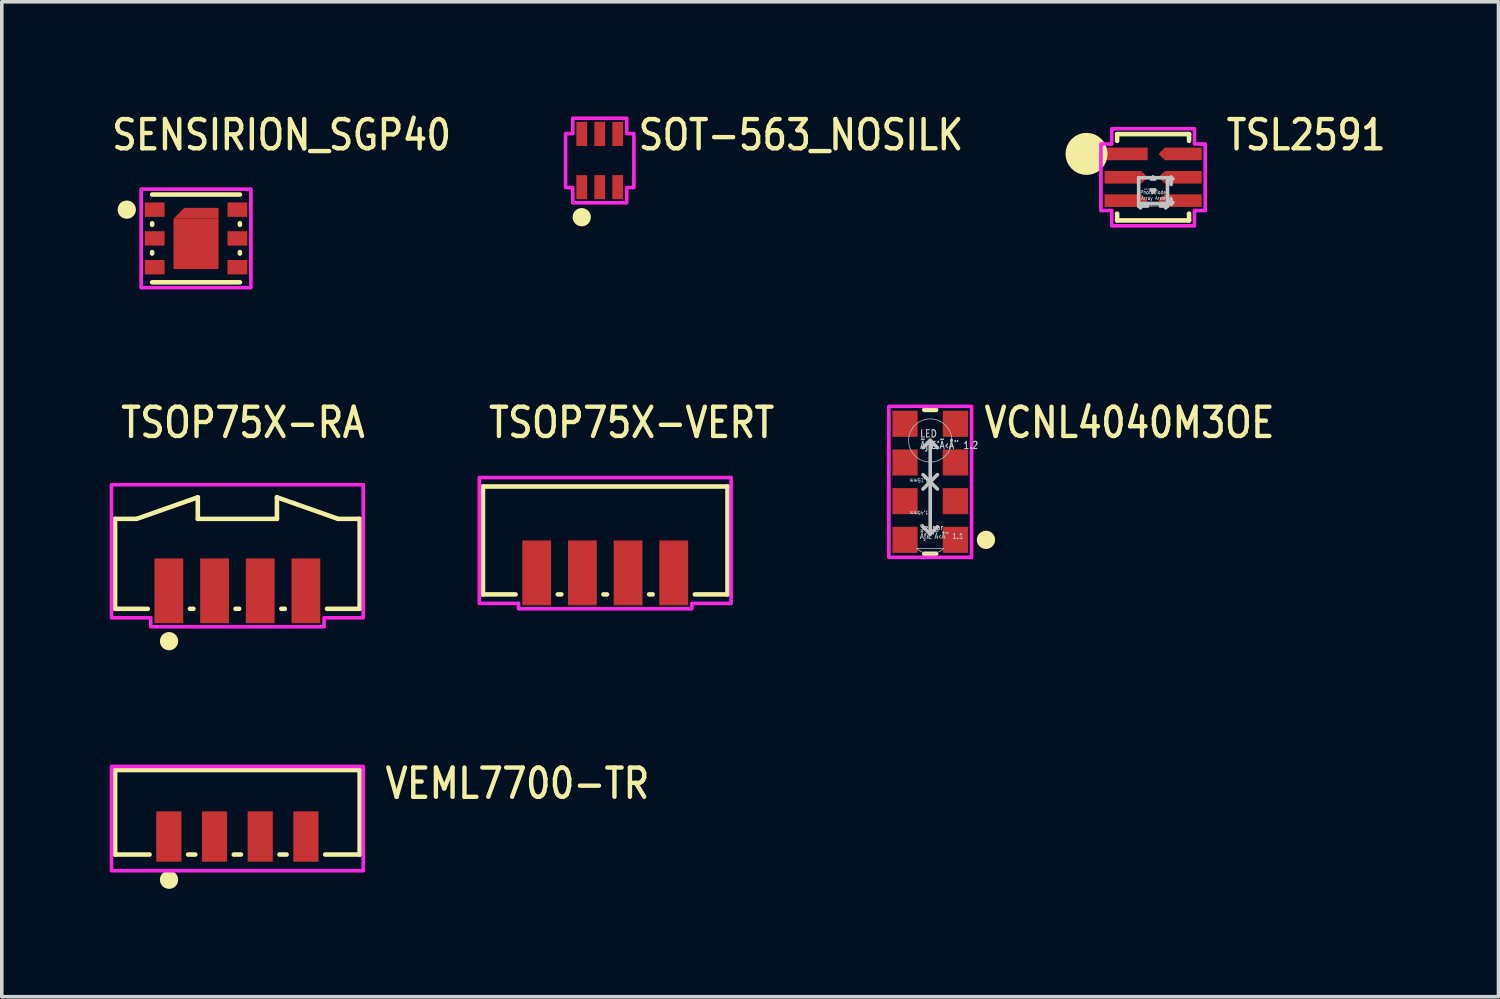
<source format=kicad_pcb>
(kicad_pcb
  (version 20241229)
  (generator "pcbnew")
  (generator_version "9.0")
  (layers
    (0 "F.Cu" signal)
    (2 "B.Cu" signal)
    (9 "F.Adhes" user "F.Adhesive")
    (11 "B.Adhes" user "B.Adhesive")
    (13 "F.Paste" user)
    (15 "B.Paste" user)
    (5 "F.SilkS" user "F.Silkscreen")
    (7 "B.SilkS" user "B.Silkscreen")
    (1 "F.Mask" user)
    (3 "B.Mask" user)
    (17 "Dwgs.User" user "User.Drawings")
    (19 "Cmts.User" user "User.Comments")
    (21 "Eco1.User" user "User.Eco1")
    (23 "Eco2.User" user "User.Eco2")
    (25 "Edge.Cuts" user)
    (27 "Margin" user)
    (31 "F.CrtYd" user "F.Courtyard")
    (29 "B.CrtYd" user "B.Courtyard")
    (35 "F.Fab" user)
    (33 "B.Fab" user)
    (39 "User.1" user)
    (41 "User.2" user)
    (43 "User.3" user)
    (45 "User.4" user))
  (footprint "VCNL4040M3OE"
    (layer "F.Cu")
    (at 22.814 10.347)
    (property "Reference" "VCNL4040M3OE" (at 1.44 -1.17 0) (unlocked yes) (layer "F.SilkS") (effects (font (size 0.813 0.695) (thickness 0.122)) (justify left bottom)))
    (fp_line (start -0.164 -2) (end 0.164 -2) (stroke (width 0.127) (type solid)) (layer "F.SilkS"))
    (fp_line (start -0.164 2) (end 0.164 2) (stroke (width 0.127) (type solid)) (layer "F.SilkS"))
    (fp_circle (center 1.55 1.613) (end 1.804 1.613) (stroke (width 0) (type solid)) (fill yes) (layer "F.SilkS"))
    (fp_line (start -0.377 1.85) (end 0.377 1.85) (stroke (width 0.02) (type solid)) (layer "Dwgs.User"))
    (fp_line (start -0.2 -0.95) (end 0 -1.15) (stroke (width 0.1) (type solid)) (layer "Dwgs.User"))
    (fp_line (start -0.2 0.2) (end 0 0) (stroke (width 0.1) (type solid)) (layer "Dwgs.User"))
    (fp_line (start 0 -1.15) (end 0.2 -0.95) (stroke (width 0.1) (type solid)) (layer "Dwgs.User"))
    (fp_line (start 0 0) (end -0.2 -0.2) (stroke (width 0.1) (type solid)) (layer "Dwgs.User"))
    (fp_line (start 0 0) (end 0 -1.15) (stroke (width 0.1) (type solid)) (layer "Dwgs.User"))
    (fp_line (start 0 0) (end 0.2 0.2) (stroke (width 0.1) (type solid)) (layer "Dwgs.User"))
    (fp_line (start 0 1.45) (end -0.2 1.25) (stroke (width 0.1) (type solid)) (layer "Dwgs.User"))
    (fp_line (start 0 1.45) (end 0 0) (stroke (width 0.1) (type solid)) (layer "Dwgs.User"))
    (fp_line (start 0.2 -0.2) (end 0 0) (stroke (width 0.1) (type solid)) (layer "Dwgs.User"))
    (fp_line (start 0.2 1.25) (end 0 1.45) (stroke (width 0.1) (type solid)) (layer "Dwgs.User"))
    (fp_arc (start 0.377491 1.85) (mid 0 2) (end -0.377491 1.85) (stroke (width 0.02) (type solid)) (layer "Dwgs.User"))
    (fp_circle (center 0 -1.15) (end 0.6 -1.15) (stroke (width 0.02) (type solid)) (fill no) (layer "Dwgs.User"))
    (fp_poly (pts (xy -1.15 -2.1) (xy 1.15 -2.1) (xy 1.15 2.1) (xy -1.15 2.1)) (stroke (width 0.1) (type solid)) (fill no) (layer "F.CrtYd"))
    (fp_text user "1.15mm " (at -0.05 -0.1 180) (unlocked yes) (layer "Dwgs.User") (effects (font (size 0.1 0.086) (thickness 0.015)) (justify left bottom)))
    (fp_text user "1.45mm " (at -0.05 0.8 180) (unlocked yes) (layer "Dwgs.User") (effects (font (size 0.1 0.086) (thickness 0.015)) (justify left bottom)))
    (fp_text user "Sensor\nÃƒÆ’Ã‹Å“ 1.1" (at -0.3 1.6 0) (unlocked yes) (layer "Dwgs.User") (effects (font (size 0.15 0.128) (thickness 0.022)) (justify left bottom)))
    (fp_text user "LED\nÃƒÆ’Ã‹Å“ 1.2" (at -0.3 -0.9 0) (unlocked yes) (layer "Dwgs.User") (effects (font (size 0.2 0.171) (thickness 0.03)) (justify left bottom)))
    (pad "1" smd rect (at 0.7 1.613) (size 0.7 0.725) (layers "F.Cu" "F.Mask" "F.Paste"))
    (pad "2" smd rect (at 0.7 0.537) (size 0.7 0.725) (layers "F.Cu" "F.Mask" "F.Paste"))
    (pad "3" smd rect (at 0.7 -0.537) (size 0.7 0.725) (layers "F.Cu" "F.Mask" "F.Paste"))
    (pad "4" smd rect (at 0.7 -1.613) (size 0.7 0.725) (layers "F.Cu" "F.Mask" "F.Paste"))
    (pad "5" smd rect (at -0.7 -1.613) (size 0.7 0.725) (layers "F.Cu" "F.Mask" "F.Paste"))
    (pad "6" smd rect (at -0.7 -0.537) (size 0.7 0.725) (layers "F.Cu" "F.Mask" "F.Paste"))
    (pad "7" smd rect (at -0.7 0.537) (size 0.7 0.725) (layers "F.Cu" "F.Mask" "F.Paste"))
    (pad "8" smd rect (at -0.7 1.613) (size 0.7 0.725) (layers "F.Cu" "F.Mask" "F.Paste")))
  (footprint "TSOP75X-VERT"
    (layer "F.Cu")
    (at 13.778 12.877)
    (property "Reference" "TSOP75X-VERT" (at -3.3 -3.7 0) (unlocked yes) (layer "F.SilkS") (effects (font (size 0.813 0.695) (thickness 0.122)) (justify left bottom)))
    (fp_line (start -3.4 -2.4) (end -3.4 0.6) (stroke (width 0.127) (type solid)) (layer "F.SilkS"))
    (fp_line (start -3.4 -2.4) (end 3.4 -2.4) (stroke (width 0.127) (type solid)) (layer "F.SilkS"))
    (fp_line (start -3.4 0.6) (end -2.491 0.6) (stroke (width 0.127) (type solid)) (layer "F.SilkS"))
    (fp_line (start -1.319 0.6) (end -1.222 0.6) (stroke (width 0.127) (type solid)) (layer "F.SilkS"))
    (fp_line (start -0.049 0.6) (end 0.049 0.6) (stroke (width 0.127) (type solid)) (layer "F.SilkS"))
    (fp_line (start 1.222 0.6) (end 1.319 0.6) (stroke (width 0.127) (type solid)) (layer "F.SilkS"))
    (fp_line (start 2.491 0.6) (end 3.4 0.6) (stroke (width 0.127) (type solid)) (layer "F.SilkS"))
    (fp_line (start 3.4 -2.4) (end 3.4 0.6) (stroke (width 0.127) (type solid)) (layer "F.SilkS"))
    (fp_poly (pts (xy -3.5 -2.65) (xy 3.5 -2.65) (xy 3.5 0.85) (xy 2.41 0.85) (xy 2.41 1) (xy -2.41 1) (xy -2.41 0.85) (xy -3.5 0.85)) (stroke (width 0.1) (type solid)) (fill no) (layer "F.CrtYd"))
    (pad "1" smd rect (at -1.905 0) (size 0.8 1.8) (layers "F.Cu" "F.Mask" "F.Paste"))
    (pad "2" smd rect (at -0.635 0) (size 0.8 1.8) (layers "F.Cu" "F.Mask" "F.Paste"))
    (pad "3" smd rect (at 0.635 0) (size 0.8 1.8) (layers "F.Cu" "F.Mask" "F.Paste"))
    (pad "4" smd rect (at 1.905 0) (size 0.8 1.8) (layers "F.Cu" "F.Mask" "F.Paste")))
  (footprint "TSL2591"
    (layer "F.Cu")
    (at 29.011 1.879)
    (property "Reference" "TSL2591" (at 1.975 -0.7 0) (unlocked yes) (layer "F.SilkS") (effects (font (size 0.813 0.695) (thickness 0.122)) (justify left bottom)))
    (fp_poly (pts (xy -0.325 0.175) (xy -0.325 -0.175) (xy -0.15 0)) (stroke (width 0) (type solid)) (fill yes) (layer "F.Cu"))
    (fp_poly (pts (xy -0.325 0.825) (xy -0.325 0.475) (xy -0.15 0.65)) (stroke (width 0) (type solid)) (fill yes) (layer "F.Cu"))
    (fp_poly (pts (xy 0.325 -0.825) (xy 0.325 -0.475) (xy 0.15 -0.65)) (stroke (width 0) (type solid)) (fill yes) (layer "F.Cu"))
    (fp_poly (pts (xy 0.325 -0.175) (xy 0.325 0.175) (xy 0.15 0)) (stroke (width 0) (type solid)) (fill yes) (layer "F.Cu"))
    (fp_poly (pts (xy 0.325 0.475) (xy 0.325 0.825) (xy 0.15 0.65)) (stroke (width 0) (type solid)) (fill yes) (layer "F.Cu"))
    (fp_poly (pts (xy -1.45 -0.275) (xy -1.45 0.275) (xy -0.3 0.275) (xy -0.05 0) (xy -0.325 -0.275)) (stroke (width 0) (type solid)) (fill yes) (layer "F.Mask"))
    (fp_poly (pts (xy -1.45 0.375) (xy -1.45 0.925) (xy -0.3 0.925) (xy -0.05 0.65) (xy -0.325 0.375)) (stroke (width 0) (type solid)) (fill yes) (layer "F.Mask"))
    (fp_poly (pts (xy 1.45 -0.375) (xy 1.45 -0.925) (xy 0.3 -0.925) (xy 0.05 -0.65) (xy 0.325 -0.375)) (stroke (width 0) (type solid)) (fill yes) (layer "F.Mask"))
    (fp_poly (pts (xy 1.45 0.275) (xy 1.45 -0.275) (xy 0.3 -0.275) (xy 0.05 0) (xy 0.325 0.275)) (stroke (width 0) (type solid)) (fill yes) (layer "F.Mask"))
    (fp_poly (pts (xy 1.45 0.925) (xy 1.45 0.375) (xy 0.3 0.375) (xy 0.05 0.65) (xy 0.325 0.925)) (stroke (width 0) (type solid)) (fill yes) (layer "F.Mask"))
    (fp_line (start -1 -1.2) (end -1 -1.012) (stroke (width 0.127) (type solid)) (layer "F.SilkS"))
    (fp_line (start -1 -1.2) (end 1 -1.2) (stroke (width 0.127) (type solid)) (layer "F.SilkS"))
    (fp_line (start -1 1.012) (end -1 1.2) (stroke (width 0.127) (type solid)) (layer "F.SilkS"))
    (fp_line (start -1 1.2) (end 1 1.2) (stroke (width 0.127) (type solid)) (layer "F.SilkS"))
    (fp_line (start 1 -1.2) (end 1 -1.012) (stroke (width 0.127) (type solid)) (layer "F.SilkS"))
    (fp_line (start 1 1.2) (end 1 1.012) (stroke (width 0.127) (type solid)) (layer "F.SilkS"))
    (fp_circle (center -1.85 -0.65) (end -1.85 -0.65) (stroke (width 0.585) (type solid)) (fill no) (layer "F.SilkS"))
    (fp_poly (pts (xy -0.325 0.175) (xy -0.325 -0.175) (xy -0.15 0)) (stroke (width 0) (type solid)) (fill yes) (layer "F.Paste"))
    (fp_poly (pts (xy -0.325 0.825) (xy -0.325 0.475) (xy -0.15 0.65)) (stroke (width 0) (type solid)) (fill yes) (layer "F.Paste"))
    (fp_poly (pts (xy 0.325 -0.825) (xy 0.325 -0.475) (xy 0.15 -0.65)) (stroke (width 0) (type solid)) (fill yes) (layer "F.Paste"))
    (fp_poly (pts (xy 0.325 -0.175) (xy 0.325 0.175) (xy 0.15 0)) (stroke (width 0) (type solid)) (fill yes) (layer "F.Paste"))
    (fp_poly (pts (xy 0.325 0.475) (xy 0.325 0.825) (xy 0.15 0.65)) (stroke (width 0) (type solid)) (fill yes) (layer "F.Paste"))
    (fp_line (start -0.401 0.012) (end 0.401 0.012) (stroke (width 0.1) (type solid)) (layer "Dwgs.User"))
    (fp_line (start -0.401 0.728) (end -0.401 0.012) (stroke (width 0.1) (type solid)) (layer "Dwgs.User"))
    (fp_line (start -0.4 0.8) (end -0.35 0.75) (stroke (width 0.1) (type solid)) (layer "Dwgs.User"))
    (fp_line (start -0.4 0.8) (end -0.35 0.85) (stroke (width 0.1) (type solid)) (layer "Dwgs.User"))
    (fp_line (start -0.4 0.8) (end -0.15 0.8) (stroke (width 0.1) (type solid)) (layer "Dwgs.User"))
    (fp_line (start 0 0) (end -0.05 0.05) (stroke (width 0.1) (type solid)) (layer "Dwgs.User"))
    (fp_line (start 0 0) (end 0 0.05) (stroke (width 0.1) (type solid)) (layer "Dwgs.User"))
    (fp_line (start 0 0) (end 0.05 0.05) (stroke (width 0.1) (type solid)) (layer "Dwgs.User"))
    (fp_line (start 0 0.35) (end 0 0.4) (stroke (width 0.1) (type solid)) (layer "Dwgs.User"))
    (fp_line (start 0 0.4) (end -0.05 0.35) (stroke (width 0.1) (type solid)) (layer "Dwgs.User"))
    (fp_line (start 0 0.4) (end 0.05 0.35) (stroke (width 0.1) (type solid)) (layer "Dwgs.User"))
    (fp_line (start 0.2 0.8) (end 0.4 0.8) (stroke (width 0.1) (type solid)) (layer "Dwgs.User"))
    (fp_line (start 0.35 0.75) (end 0.4 0.8) (stroke (width 0.1) (type solid)) (layer "Dwgs.User"))
    (fp_line (start 0.35 0.85) (end 0.4 0.8) (stroke (width 0.1) (type solid)) (layer "Dwgs.User"))
    (fp_line (start 0.401 0.012) (end 0.401 0.728) (stroke (width 0.1) (type solid)) (layer "Dwgs.User"))
    (fp_line (start 0.401 0.728) (end -0.401 0.728) (stroke (width 0.1) (type solid)) (layer "Dwgs.User"))
    (fp_line (start 0.5 0) (end 0.45 0.05) (stroke (width 0.1) (type solid)) (layer "Dwgs.User"))
    (fp_line (start 0.5 0) (end 0.5 0.2) (stroke (width 0.1) (type solid)) (layer "Dwgs.User"))
    (fp_line (start 0.5 0) (end 0.55 0.05) (stroke (width 0.1) (type solid)) (layer "Dwgs.User"))
    (fp_line (start 0.5 0.6) (end 0.5 0.75) (stroke (width 0.1) (type solid)) (layer "Dwgs.User"))
    (fp_line (start 0.5 0.75) (end 0.45 0.7) (stroke (width 0.1) (type solid)) (layer "Dwgs.User"))
    (fp_line (start 0.5 0.75) (end 0.55 0.7) (stroke (width 0.1) (type solid)) (layer "Dwgs.User"))
    (fp_poly (pts (xy -1.15 -1.35) (xy 1.15 -1.35) (xy 1.15 -0.925) (xy 1.45 -0.925) (xy 1.45 0.925) (xy 1.15 0.925) (xy 1.15 1.35) (xy -1.15 1.35) (xy -1.15 0.925) (xy -1.45 0.925) (xy -1.45 -0.925) (xy -1.15 -0.925)) (stroke (width 0.1) (type solid)) (fill no) (layer "F.CrtYd"))
    (fp_text user "Photodiode\nArray Area" (at 0 0.5 0) (unlocked yes) (layer "Dwgs.User") (effects (font (size 0.1 0.086) (thickness 0.015))))
    (fp_text user "0.802mm" (at -0.13 0.83 0) (unlocked yes) (layer "Dwgs.User") (effects (font (size 0.05 0.043) (thickness 0.007)) (justify left bottom)))
    (fp_text user "0.37mm" (at 0 0.325 180) (unlocked yes) (layer "Dwgs.User") (effects (font (size 0.05 0.043) (thickness 0.007)) (justify left)))
    (fp_text user "0.716mm" (at 0.53 0.53 180) (unlocked yes) (layer "Dwgs.User") (effects (font (size 0.05 0.043) (thickness 0.007)) (justify left bottom)))
    (pad "1" smd rect (at -0.75 -0.65) (size 1.2 0.35) (layers "F.Cu" "F.Mask" "F.Paste"))
    (pad "2" smd rect (at -0.838 0) (size 1.025 0.35) (layers "F.Cu" "F.Paste"))
    (pad "3" smd rect (at -0.838 0.65) (size 1.025 0.35) (layers "F.Cu" "F.Paste"))
    (pad "4" smd rect (at 0.838 0.65) (size 1.025 0.35) (layers "F.Cu" "F.Paste"))
    (pad "5" smd rect (at 0.838 0) (size 1.025 0.35) (layers "F.Cu" "F.Paste"))
    (pad "6" smd rect (at 0.838 -0.65) (size 1.025 0.35) (layers "F.Cu" "F.Paste")))
  (footprint "TSOP75X-RA"
    (layer "F.Cu")
    (at 3.55 13.377)
    (property "Reference" "TSOP75X-RA" (at -3.3 -4.2 0) (unlocked yes) (layer "F.SilkS") (effects (font (size 0.813 0.695) (thickness 0.122)) (justify left bottom)))
    (fp_line (start -3.4 -2) (end -3.4 0.5) (stroke (width 0.127) (type solid)) (layer "F.SilkS"))
    (fp_line (start -3.4 0.5) (end -2.491 0.5) (stroke (width 0.127) (type solid)) (layer "F.SilkS"))
    (fp_line (start -2.8 -2) (end -3.4 -2) (stroke (width 0.127) (type solid)) (layer "F.SilkS"))
    (fp_line (start -1.319 0.5) (end -1.222 0.5) (stroke (width 0.127) (type solid)) (layer "F.SilkS"))
    (fp_line (start -1.1 -2.6) (end -2.8 -2) (stroke (width 0.127) (type solid)) (layer "F.SilkS"))
    (fp_line (start -1.1 -2) (end -1.1 -2.6) (stroke (width 0.127) (type solid)) (layer "F.SilkS"))
    (fp_line (start -0.049 0.5) (end 0.049 0.5) (stroke (width 0.127) (type solid)) (layer "F.SilkS"))
    (fp_line (start 1.1 -2.6) (end 1.1 -2) (stroke (width 0.127) (type solid)) (layer "F.SilkS"))
    (fp_line (start 1.1 -2) (end -1.1 -2) (stroke (width 0.127) (type solid)) (layer "F.SilkS"))
    (fp_line (start 1.222 0.5) (end 1.319 0.5) (stroke (width 0.127) (type solid)) (layer "F.SilkS"))
    (fp_line (start 2.491 0.5) (end 3.4 0.5) (stroke (width 0.127) (type solid)) (layer "F.SilkS"))
    (fp_line (start 2.8 -2) (end 1.1 -2.6) (stroke (width 0.127) (type solid)) (layer "F.SilkS"))
    (fp_line (start 3.4 -2) (end 2.8 -2) (stroke (width 0.127) (type solid)) (layer "F.SilkS"))
    (fp_line (start 3.4 0.5) (end 3.4 -2) (stroke (width 0.127) (type solid)) (layer "F.SilkS"))
    (fp_circle (center -1.9 1.4) (end -1.646 1.4) (stroke (width 0) (type solid)) (fill yes) (layer "F.SilkS"))
    (fp_poly (pts (xy -3.5 -2.95) (xy 3.5 -2.95) (xy 3.5 0.75) (xy 2.41 0.75) (xy 2.41 1) (xy -2.41 1) (xy -2.41 0.75) (xy -3.5 0.75)) (stroke (width 0.1) (type solid)) (fill no) (layer "F.CrtYd"))
    (pad "1" smd rect (at -1.905 0) (size 0.8 1.8) (layers "F.Cu" "F.Mask" "F.Paste"))
    (pad "2" smd rect (at -0.635 0) (size 0.8 1.8) (layers "F.Cu" "F.Mask" "F.Paste"))
    (pad "3" smd rect (at 0.635 0) (size 0.8 1.8) (layers "F.Cu" "F.Mask" "F.Paste"))
    (pad "4" smd rect (at 1.905 0) (size 0.8 1.8) (layers "F.Cu" "F.Mask" "F.Paste")))
  (footprint "SOT-563_NOSILK"
    (layer "F.Cu")
    (at 13.625 1.414)
    (property "Reference" "SOT-563_NOSILK" (at 1.015 -0.235 0) (unlocked yes) (layer "F.SilkS") (effects (font (size 0.813 0.695) (thickness 0.122)) (justify left bottom)))
    (fp_circle (center -0.5 1.575) (end -0.246 1.575) (stroke (width 0) (type solid)) (fill yes) (layer "F.SilkS"))
    (fp_poly (pts (xy -0.75 -0.75) (xy -0.75 -1.175) (xy 0.75 -1.175) (xy 0.75 -0.75) (xy 0.95 -0.75) (xy 0.95 0.75) (xy 0.75 0.75) (xy 0.75 1.175) (xy -0.75 1.175) (xy -0.75 0.75) (xy -0.95 0.75) (xy -0.95 -0.75)) (stroke (width 0.1) (type solid)) (fill no) (layer "F.CrtYd"))
    (pad "1" smd rect (at -0.5 0.74) (size 0.3 0.67) (layers "F.Cu" "F.Mask" "F.Paste"))
    (pad "2" smd rect (at 0 0.74) (size 0.3 0.67) (layers "F.Cu" "F.Mask" "F.Paste"))
    (pad "3" smd rect (at 0.5 0.74) (size 0.3 0.67) (layers "F.Cu" "F.Mask" "F.Paste"))
    (pad "4" smd rect (at 0.5 -0.74) (size 0.3 0.67) (layers "F.Cu" "F.Mask" "F.Paste"))
    (pad "5" smd rect (at 0 -0.74) (size 0.3 0.67) (layers "F.Cu" "F.Mask" "F.Paste"))
    (pad "6" smd rect (at -0.5 -0.74) (size 0.3 0.67) (layers "F.Cu" "F.Mask" "F.Paste")))
  (footprint "VEML7700-TR"
    (layer "F.Cu")
    (at 3.55 20.21)
    (property "Reference" "VEML7700-TR" (at 4.05 -1 0) (unlocked yes) (layer "F.SilkS") (effects (font (size 0.813 0.695) (thickness 0.122)) (justify left bottom)))
    (fp_line (start -3.4 -1.85) (end -3.4 0.5) (stroke (width 0.127) (type solid)) (layer "F.SilkS"))
    (fp_line (start -2.442 0.5) (end -3.4 0.5) (stroke (width 0.127) (type solid)) (layer "F.SilkS"))
    (fp_line (start -1.369 0.5) (end -1.171 0.5) (stroke (width 0.127) (type solid)) (layer "F.SilkS"))
    (fp_line (start -0.099 0.5) (end 0.099 0.5) (stroke (width 0.127) (type solid)) (layer "F.SilkS"))
    (fp_line (start 1.171 0.5) (end 1.369 0.5) (stroke (width 0.127) (type solid)) (layer "F.SilkS"))
    (fp_line (start 2.442 0.5) (end 3.4 0.5) (stroke (width 0.127) (type solid)) (layer "F.SilkS"))
    (fp_line (start 3.4 -1.85) (end -3.4 -1.85) (stroke (width 0.127) (type solid)) (layer "F.SilkS"))
    (fp_line (start 3.4 0.5) (end 3.4 -1.85) (stroke (width 0.127) (type solid)) (layer "F.SilkS"))
    (fp_circle (center -1.9 1.2) (end -1.646 1.2) (stroke (width 0) (type solid)) (fill yes) (layer "F.SilkS"))
    (fp_poly (pts (xy -3.5 -1.95) (xy 3.5 -1.95) (xy 3.5 0.95) (xy -3.5 0.95)) (stroke (width 0.1) (type solid)) (fill no) (layer "F.CrtYd"))
    (pad "1" smd rect (at -1.905 0) (size 0.7 1.4) (layers "F.Cu" "F.Mask" "F.Paste"))
    (pad "2" smd rect (at -0.635 0) (size 0.7 1.4) (layers "F.Cu" "F.Mask" "F.Paste"))
    (pad "3" smd rect (at 0.635 0) (size 0.7 1.4) (layers "F.Cu" "F.Mask" "F.Paste"))
    (pad "4" smd rect (at 1.905 0) (size 0.7 1.4) (layers "F.Cu" "F.Mask" "F.Paste")))
  (footprint "SENSIRION_SGP40"
    (layer "F.Cu")
    (at 2.4 3.579)
    (property "Reference" "SENSIRION_SGP40" (at -2.4 -2.4 0) (unlocked yes) (layer "F.SilkS") (effects (font (size 0.813 0.695) (thickness 0.122)) (justify left bottom)))
    (fp_poly (pts (xy -0.625 -0.55) (xy 0.625 -0.55) (xy 0.625 -0.85) (xy -0.325 -0.85)) (stroke (width 0) (type solid)) (fill yes) (layer "F.Cu"))
    (fp_poly (pts (xy -0.725 -0.65) (xy 0.725 -0.65) (xy 0.725 -0.95) (xy -0.425 -0.95)) (stroke (width 0) (type solid)) (fill yes) (layer "F.Mask"))
    (fp_line (start -1.22 -1.22) (end 1.22 -1.22) (stroke (width 0.127) (type solid)) (layer "F.SilkS"))
    (fp_line (start -1.22 -0.42) (end -1.22 -0.38) (stroke (width 0.127) (type solid)) (layer "F.SilkS"))
    (fp_line (start -1.22 0.38) (end -1.22 0.42) (stroke (width 0.127) (type solid)) (layer "F.SilkS"))
    (fp_line (start 1.22 -0.42) (end 1.22 -0.38) (stroke (width 0.127) (type solid)) (layer "F.SilkS"))
    (fp_line (start 1.22 0.38) (end 1.22 0.42) (stroke (width 0.127) (type solid)) (layer "F.SilkS"))
    (fp_line (start 1.22 1.22) (end -1.22 1.22) (stroke (width 0.127) (type solid)) (layer "F.SilkS"))
    (fp_circle (center -1.925 -0.8) (end -1.671 -0.8) (stroke (width 0) (type solid)) (fill yes) (layer "F.SilkS"))
    (fp_circle (center 0 0) (end 0.575 0) (stroke (width 0) (type solid)) (fill yes) (layer "F.Paste"))
    (fp_poly (pts (xy -1.525 -1.37) (xy 1.525 -1.37) (xy 1.525 1.37) (xy -1.525 1.37)) (stroke (width 0.1) (type solid)) (fill no) (layer "F.CrtYd"))
    (pad "1" smd rect (at -1.15 -0.8) (size 0.55 0.4) (layers "F.Cu" "F.Mask" "F.Paste"))
    (pad "2" smd rect (at -1.15 0) (size 0.55 0.4) (layers "F.Cu" "F.Mask" "F.Paste"))
    (pad "3" smd rect (at -1.15 0.8) (size 0.55 0.4) (layers "F.Cu" "F.Mask" "F.Paste"))
    (pad "4" smd rect (at 1.15 0.8) (size 0.55 0.4) (layers "F.Cu" "F.Mask" "F.Paste"))
    (pad "5" smd rect (at 1.15 0) (size 0.55 0.4) (layers "F.Cu" "F.Mask" "F.Paste"))
    (pad "6" smd rect (at 1.15 -0.8) (size 0.55 0.4) (layers "F.Cu" "F.Mask" "F.Paste"))
    (pad "PAD" smd rect (at 0 0.15) (size 1.25 1.4) (layers "F.Cu" "F.Mask")))
  (gr_rect
    (start -3 -3)
    (end 38.614 24.664)
    (stroke (width 0.1) (type default))
    (fill no)
    (layer "Edge.Cuts")))
</source>
